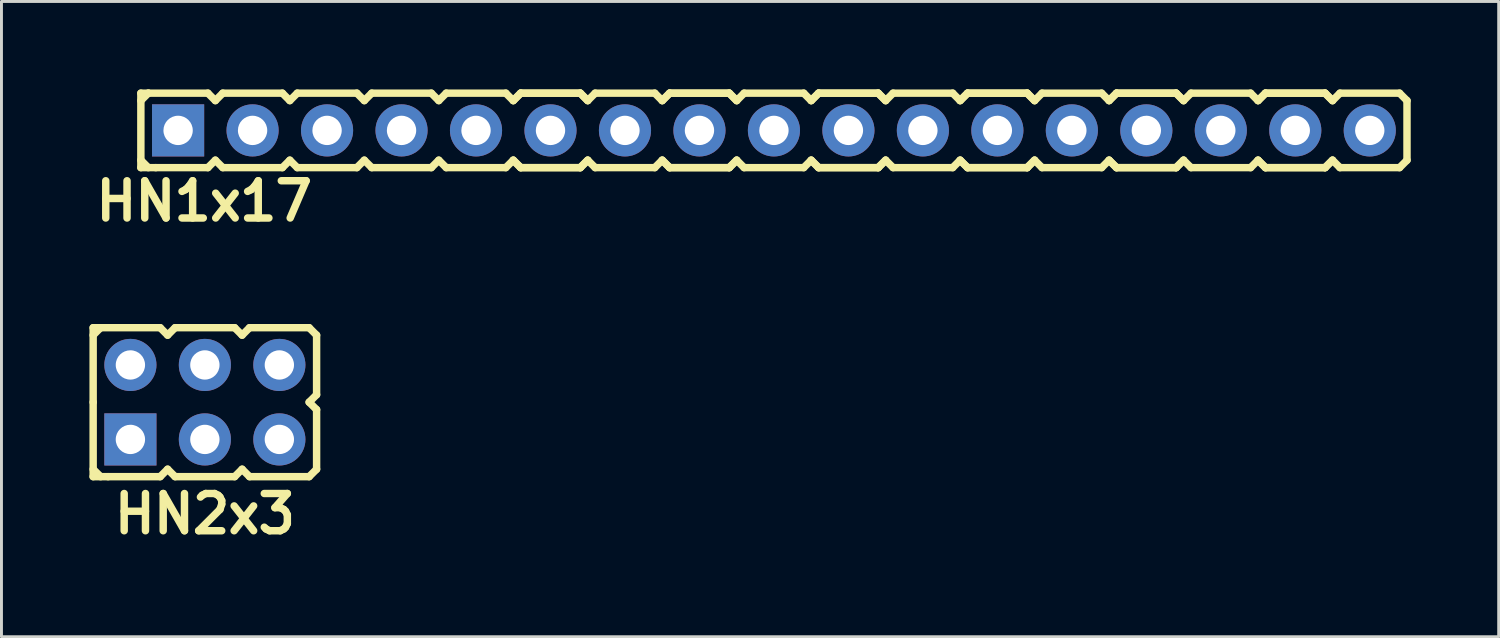
<source format=kicad_pcb>
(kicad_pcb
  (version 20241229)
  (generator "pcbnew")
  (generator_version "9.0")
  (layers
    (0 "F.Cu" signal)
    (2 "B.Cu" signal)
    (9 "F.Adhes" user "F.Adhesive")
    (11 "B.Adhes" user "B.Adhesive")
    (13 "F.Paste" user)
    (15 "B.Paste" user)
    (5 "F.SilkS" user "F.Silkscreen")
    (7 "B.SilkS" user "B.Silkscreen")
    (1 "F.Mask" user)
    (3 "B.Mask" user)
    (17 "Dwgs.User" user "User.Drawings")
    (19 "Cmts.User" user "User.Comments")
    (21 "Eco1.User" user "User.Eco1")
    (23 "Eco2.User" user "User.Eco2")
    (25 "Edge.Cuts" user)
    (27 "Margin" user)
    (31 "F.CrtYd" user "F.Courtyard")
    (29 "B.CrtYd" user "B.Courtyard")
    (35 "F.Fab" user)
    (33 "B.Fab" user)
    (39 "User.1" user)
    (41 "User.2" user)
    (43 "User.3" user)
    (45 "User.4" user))
  (footprint "HN1x17"
    (layer "F.Cu")
    (at 22.074 1.397)
    (property "Reference" "HN1x17" (at -18.161 2.413 0) (layer "F.SilkS") (effects (font (size 1.27 1.27) (thickness 0.254))))
    (attr through_hole)
    (fp_line (start -20.32 -1.27) (end -20.32 1.27) (stroke (width 0.254) (type solid)) (layer "F.SilkS"))
    (fp_line (start -20.32 -1.27) (end -20.066 -1.27) (stroke (width 0.254) (type solid)) (layer "F.SilkS"))
    (fp_line (start -20.32 -1.016) (end -20.066 -1.27) (stroke (width 0.254) (type solid)) (layer "F.SilkS"))
    (fp_line (start -20.066 -1.27) (end -18.034 -1.27) (stroke (width 0.254) (type solid)) (layer "F.SilkS"))
    (fp_line (start -20.066 1.27) (end -20.32 1.016) (stroke (width 0.254) (type solid)) (layer "F.SilkS"))
    (fp_line (start -19.812 1.27) (end -20.32 1.27) (stroke (width 0.254) (type solid)) (layer "F.SilkS"))
    (fp_line (start -18.034 -1.27) (end -17.78 -1.016) (stroke (width 0.254) (type solid)) (layer "F.SilkS"))
    (fp_line (start -18.034 1.27) (end -19.812 1.27) (stroke (width 0.254) (type solid)) (layer "F.SilkS"))
    (fp_line (start -17.78 -1.016) (end -17.526 -1.27) (stroke (width 0.254) (type solid)) (layer "F.SilkS"))
    (fp_line (start -17.78 1.016) (end -18.034 1.27) (stroke (width 0.254) (type solid)) (layer "F.SilkS"))
    (fp_line (start -17.526 -1.27) (end -15.494 -1.27) (stroke (width 0.254) (type solid)) (layer "F.SilkS"))
    (fp_line (start -17.526 1.27) (end -17.78 1.016) (stroke (width 0.254) (type solid)) (layer "F.SilkS"))
    (fp_line (start -15.494 -1.27) (end -15.24 -1.016) (stroke (width 0.254) (type solid)) (layer "F.SilkS"))
    (fp_line (start -15.494 1.27) (end -17.526 1.27) (stroke (width 0.254) (type solid)) (layer "F.SilkS"))
    (fp_line (start -15.494 1.27) (end -15.24 1.016) (stroke (width 0.254) (type solid)) (layer "F.SilkS"))
    (fp_line (start -15.24 -1.016) (end -14.986 -1.27) (stroke (width 0.254) (type solid)) (layer "F.SilkS"))
    (fp_line (start -15.24 1.016) (end -14.986 1.27) (stroke (width 0.254) (type solid)) (layer "F.SilkS"))
    (fp_line (start -14.986 -1.27) (end -12.954 -1.27) (stroke (width 0.254) (type solid)) (layer "F.SilkS"))
    (fp_line (start -12.954 -1.27) (end -12.7 -1.016) (stroke (width 0.254) (type solid)) (layer "F.SilkS"))
    (fp_line (start -12.954 1.27) (end -14.986 1.27) (stroke (width 0.254) (type solid)) (layer "F.SilkS"))
    (fp_line (start -12.7 -1.016) (end -12.446 -1.27) (stroke (width 0.254) (type solid)) (layer "F.SilkS"))
    (fp_line (start -12.7 1.016) (end -12.954 1.27) (stroke (width 0.254) (type solid)) (layer "F.SilkS"))
    (fp_line (start -12.446 -1.27) (end -10.414 -1.27) (stroke (width 0.254) (type solid)) (layer "F.SilkS"))
    (fp_line (start -12.446 1.27) (end -12.7 1.016) (stroke (width 0.254) (type solid)) (layer "F.SilkS"))
    (fp_line (start -10.414 -1.27) (end -10.16 -1.016) (stroke (width 0.254) (type solid)) (layer "F.SilkS"))
    (fp_line (start -10.414 1.27) (end -12.446 1.27) (stroke (width 0.254) (type solid)) (layer "F.SilkS"))
    (fp_line (start -10.16 -1.016) (end -9.906 -1.27) (stroke (width 0.254) (type solid)) (layer "F.SilkS"))
    (fp_line (start -10.16 1.016) (end -10.414 1.27) (stroke (width 0.254) (type solid)) (layer "F.SilkS"))
    (fp_line (start -9.906 -1.27) (end -7.874 -1.27) (stroke (width 0.254) (type solid)) (layer "F.SilkS"))
    (fp_line (start -9.906 1.27) (end -10.16 1.016) (stroke (width 0.254) (type solid)) (layer "F.SilkS"))
    (fp_line (start -7.874 -1.27) (end -7.62 -1.016) (stroke (width 0.254) (type solid)) (layer "F.SilkS"))
    (fp_line (start -7.874 1.27) (end -9.906 1.27) (stroke (width 0.254) (type solid)) (layer "F.SilkS"))
    (fp_line (start -7.62 -1.016) (end -7.366 -1.27) (stroke (width 0.254) (type solid)) (layer "F.SilkS"))
    (fp_line (start -7.62 -1.016) (end -7.366 -1.27) (stroke (width 0.254) (type solid)) (layer "F.SilkS"))
    (fp_line (start -7.62 1.016) (end -7.874 1.27) (stroke (width 0.254) (type solid)) (layer "F.SilkS"))
    (fp_line (start -7.366 -1.27) (end -5.334 -1.27) (stroke (width 0.254) (type solid)) (layer "F.SilkS"))
    (fp_line (start -7.366 -1.27) (end -5.334 -1.27) (stroke (width 0.254) (type solid)) (layer "F.SilkS"))
    (fp_line (start -7.366 1.27) (end -7.62 1.016) (stroke (width 0.254) (type solid)) (layer "F.SilkS"))
    (fp_line (start -7.366 1.27) (end -7.62 1.016) (stroke (width 0.254) (type solid)) (layer "F.SilkS"))
    (fp_line (start -5.334 -1.27) (end -5.08 -1.016) (stroke (width 0.254) (type solid)) (layer "F.SilkS"))
    (fp_line (start -5.334 -1.27) (end -5.08 -1.016) (stroke (width 0.254) (type solid)) (layer "F.SilkS"))
    (fp_line (start -5.334 1.27) (end -7.366 1.27) (stroke (width 0.254) (type solid)) (layer "F.SilkS"))
    (fp_line (start -5.334 1.27) (end -7.366 1.27) (stroke (width 0.254) (type solid)) (layer "F.SilkS"))
    (fp_line (start -5.08 -1.016) (end -4.826 -1.27) (stroke (width 0.254) (type solid)) (layer "F.SilkS"))
    (fp_line (start -5.08 1.016) (end -5.334 1.27) (stroke (width 0.254) (type solid)) (layer "F.SilkS"))
    (fp_line (start -5.08 1.016) (end -5.334 1.27) (stroke (width 0.254) (type solid)) (layer "F.SilkS"))
    (fp_line (start -4.826 -1.27) (end -2.794 -1.27) (stroke (width 0.254) (type solid)) (layer "F.SilkS"))
    (fp_line (start -4.826 1.27) (end -5.08 1.016) (stroke (width 0.254) (type solid)) (layer "F.SilkS"))
    (fp_line (start -2.794 -1.27) (end -2.54 -1.016) (stroke (width 0.254) (type solid)) (layer "F.SilkS"))
    (fp_line (start -2.794 1.27) (end -4.826 1.27) (stroke (width 0.254) (type solid)) (layer "F.SilkS"))
    (fp_line (start -2.54 -1.016) (end -2.286 -1.27) (stroke (width 0.254) (type solid)) (layer "F.SilkS"))
    (fp_line (start -2.54 -1.016) (end -2.286 -1.27) (stroke (width 0.254) (type solid)) (layer "F.SilkS"))
    (fp_line (start -2.54 1.016) (end -2.794 1.27) (stroke (width 0.254) (type solid)) (layer "F.SilkS"))
    (fp_line (start -2.286 -1.27) (end -0.254 -1.27) (stroke (width 0.254) (type solid)) (layer "F.SilkS"))
    (fp_line (start -2.286 -1.27) (end -0.254 -1.27) (stroke (width 0.254) (type solid)) (layer "F.SilkS"))
    (fp_line (start -2.286 1.27) (end -2.54 1.016) (stroke (width 0.254) (type solid)) (layer "F.SilkS"))
    (fp_line (start -2.286 1.27) (end -2.54 1.016) (stroke (width 0.254) (type solid)) (layer "F.SilkS"))
    (fp_line (start -0.254 -1.27) (end 0 -1.016) (stroke (width 0.254) (type solid)) (layer "F.SilkS"))
    (fp_line (start -0.254 -1.27) (end 0 -1.016) (stroke (width 0.254) (type solid)) (layer "F.SilkS"))
    (fp_line (start -0.254 1.27) (end -2.286 1.27) (stroke (width 0.254) (type solid)) (layer "F.SilkS"))
    (fp_line (start -0.254 1.27) (end -2.286 1.27) (stroke (width 0.254) (type solid)) (layer "F.SilkS"))
    (fp_line (start 0 -1.016) (end 0.254 -1.27) (stroke (width 0.254) (type solid)) (layer "F.SilkS"))
    (fp_line (start 0 1.016) (end -0.254 1.27) (stroke (width 0.254) (type solid)) (layer "F.SilkS"))
    (fp_line (start 0 1.016) (end -0.254 1.27) (stroke (width 0.254) (type solid)) (layer "F.SilkS"))
    (fp_line (start 0.254 -1.27) (end 2.286 -1.27) (stroke (width 0.254) (type solid)) (layer "F.SilkS"))
    (fp_line (start 0.254 1.27) (end 0 1.016) (stroke (width 0.254) (type solid)) (layer "F.SilkS"))
    (fp_line (start 2.286 -1.27) (end 2.54 -1.016) (stroke (width 0.254) (type solid)) (layer "F.SilkS"))
    (fp_line (start 2.286 1.27) (end 0.254 1.27) (stroke (width 0.254) (type solid)) (layer "F.SilkS"))
    (fp_line (start 2.54 -1.016) (end 2.794 -1.27) (stroke (width 0.254) (type solid)) (layer "F.SilkS"))
    (fp_line (start 2.54 -1.016) (end 2.794 -1.27) (stroke (width 0.254) (type solid)) (layer "F.SilkS"))
    (fp_line (start 2.54 1.016) (end 2.286 1.27) (stroke (width 0.254) (type solid)) (layer "F.SilkS"))
    (fp_line (start 2.794 -1.27) (end 4.826 -1.27) (stroke (width 0.254) (type solid)) (layer "F.SilkS"))
    (fp_line (start 2.794 -1.27) (end 4.826 -1.27) (stroke (width 0.254) (type solid)) (layer "F.SilkS"))
    (fp_line (start 2.794 1.27) (end 2.54 1.016) (stroke (width 0.254) (type solid)) (layer "F.SilkS"))
    (fp_line (start 2.794 1.27) (end 2.54 1.016) (stroke (width 0.254) (type solid)) (layer "F.SilkS"))
    (fp_line (start 4.826 -1.27) (end 5.08 -1.016) (stroke (width 0.254) (type solid)) (layer "F.SilkS"))
    (fp_line (start 4.826 -1.27) (end 5.08 -1.016) (stroke (width 0.254) (type solid)) (layer "F.SilkS"))
    (fp_line (start 4.826 1.27) (end 2.794 1.27) (stroke (width 0.254) (type solid)) (layer "F.SilkS"))
    (fp_line (start 4.826 1.27) (end 2.794 1.27) (stroke (width 0.254) (type solid)) (layer "F.SilkS"))
    (fp_line (start 5.08 -1.016) (end 5.334 -1.27) (stroke (width 0.254) (type solid)) (layer "F.SilkS"))
    (fp_line (start 5.08 1.016) (end 4.826 1.27) (stroke (width 0.254) (type solid)) (layer "F.SilkS"))
    (fp_line (start 5.08 1.016) (end 4.826 1.27) (stroke (width 0.254) (type solid)) (layer "F.SilkS"))
    (fp_line (start 5.334 -1.27) (end 7.366 -1.27) (stroke (width 0.254) (type solid)) (layer "F.SilkS"))
    (fp_line (start 5.334 1.27) (end 5.08 1.016) (stroke (width 0.254) (type solid)) (layer "F.SilkS"))
    (fp_line (start 7.366 -1.27) (end 7.62 -1.016) (stroke (width 0.254) (type solid)) (layer "F.SilkS"))
    (fp_line (start 7.366 1.27) (end 5.334 1.27) (stroke (width 0.254) (type solid)) (layer "F.SilkS"))
    (fp_line (start 7.62 -1.016) (end 7.874 -1.27) (stroke (width 0.254) (type solid)) (layer "F.SilkS"))
    (fp_line (start 7.62 -1.016) (end 7.874 -1.27) (stroke (width 0.254) (type solid)) (layer "F.SilkS"))
    (fp_line (start 7.62 1.016) (end 7.366 1.27) (stroke (width 0.254) (type solid)) (layer "F.SilkS"))
    (fp_line (start 7.874 -1.27) (end 9.906 -1.27) (stroke (width 0.254) (type solid)) (layer "F.SilkS"))
    (fp_line (start 7.874 -1.27) (end 9.906 -1.27) (stroke (width 0.254) (type solid)) (layer "F.SilkS"))
    (fp_line (start 7.874 1.27) (end 7.62 1.016) (stroke (width 0.254) (type solid)) (layer "F.SilkS"))
    (fp_line (start 7.874 1.27) (end 7.62 1.016) (stroke (width 0.254) (type solid)) (layer "F.SilkS"))
    (fp_line (start 9.906 -1.27) (end 10.16 -1.016) (stroke (width 0.254) (type solid)) (layer "F.SilkS"))
    (fp_line (start 9.906 -1.27) (end 10.16 -1.016) (stroke (width 0.254) (type solid)) (layer "F.SilkS"))
    (fp_line (start 9.906 1.27) (end 7.874 1.27) (stroke (width 0.254) (type solid)) (layer "F.SilkS"))
    (fp_line (start 9.906 1.27) (end 7.874 1.27) (stroke (width 0.254) (type solid)) (layer "F.SilkS"))
    (fp_line (start 10.16 -1.016) (end 10.414 -1.27) (stroke (width 0.254) (type solid)) (layer "F.SilkS"))
    (fp_line (start 10.16 1.016) (end 9.906 1.27) (stroke (width 0.254) (type solid)) (layer "F.SilkS"))
    (fp_line (start 10.16 1.016) (end 9.906 1.27) (stroke (width 0.254) (type solid)) (layer "F.SilkS"))
    (fp_line (start 10.414 -1.27) (end 12.446 -1.27) (stroke (width 0.254) (type solid)) (layer "F.SilkS"))
    (fp_line (start 10.414 1.27) (end 10.16 1.016) (stroke (width 0.254) (type solid)) (layer "F.SilkS"))
    (fp_line (start 12.446 -1.27) (end 12.7 -1.016) (stroke (width 0.254) (type solid)) (layer "F.SilkS"))
    (fp_line (start 12.446 1.27) (end 10.414 1.27) (stroke (width 0.254) (type solid)) (layer "F.SilkS"))
    (fp_line (start 12.7 -1.016) (end 12.954 -1.27) (stroke (width 0.254) (type solid)) (layer "F.SilkS"))
    (fp_line (start 12.7 -1.016) (end 12.954 -1.27) (stroke (width 0.254) (type solid)) (layer "F.SilkS"))
    (fp_line (start 12.7 1.016) (end 12.446 1.27) (stroke (width 0.254) (type solid)) (layer "F.SilkS"))
    (fp_line (start 12.954 -1.27) (end 14.986 -1.27) (stroke (width 0.254) (type solid)) (layer "F.SilkS"))
    (fp_line (start 12.954 -1.27) (end 14.986 -1.27) (stroke (width 0.254) (type solid)) (layer "F.SilkS"))
    (fp_line (start 12.954 1.27) (end 12.7 1.016) (stroke (width 0.254) (type solid)) (layer "F.SilkS"))
    (fp_line (start 12.954 1.27) (end 12.7 1.016) (stroke (width 0.254) (type solid)) (layer "F.SilkS"))
    (fp_line (start 14.986 -1.27) (end 15.24 -1.016) (stroke (width 0.254) (type solid)) (layer "F.SilkS"))
    (fp_line (start 14.986 -1.27) (end 15.24 -1.016) (stroke (width 0.254) (type solid)) (layer "F.SilkS"))
    (fp_line (start 14.986 1.27) (end 12.954 1.27) (stroke (width 0.254) (type solid)) (layer "F.SilkS"))
    (fp_line (start 14.986 1.27) (end 12.954 1.27) (stroke (width 0.254) (type solid)) (layer "F.SilkS"))
    (fp_line (start 15.24 -1.016) (end 15.494 -1.27) (stroke (width 0.254) (type solid)) (layer "F.SilkS"))
    (fp_line (start 15.24 1.016) (end 14.986 1.27) (stroke (width 0.254) (type solid)) (layer "F.SilkS"))
    (fp_line (start 15.24 1.016) (end 14.986 1.27) (stroke (width 0.254) (type solid)) (layer "F.SilkS"))
    (fp_line (start 15.494 -1.27) (end 17.526 -1.27) (stroke (width 0.254) (type solid)) (layer "F.SilkS"))
    (fp_line (start 15.494 1.27) (end 15.24 1.016) (stroke (width 0.254) (type solid)) (layer "F.SilkS"))
    (fp_line (start 17.526 -1.27) (end 17.78 -1.016) (stroke (width 0.254) (type solid)) (layer "F.SilkS"))
    (fp_line (start 17.526 1.27) (end 15.494 1.27) (stroke (width 0.254) (type solid)) (layer "F.SilkS"))
    (fp_line (start 17.78 -1.016) (end 18.034 -1.27) (stroke (width 0.254) (type solid)) (layer "F.SilkS"))
    (fp_line (start 17.78 -1.016) (end 18.034 -1.27) (stroke (width 0.254) (type solid)) (layer "F.SilkS"))
    (fp_line (start 17.78 1.016) (end 17.526 1.27) (stroke (width 0.254) (type solid)) (layer "F.SilkS"))
    (fp_line (start 18.034 -1.27) (end 20.066 -1.27) (stroke (width 0.254) (type solid)) (layer "F.SilkS"))
    (fp_line (start 18.034 -1.27) (end 20.066 -1.27) (stroke (width 0.254) (type solid)) (layer "F.SilkS"))
    (fp_line (start 18.034 1.27) (end 17.78 1.016) (stroke (width 0.254) (type solid)) (layer "F.SilkS"))
    (fp_line (start 18.034 1.27) (end 17.78 1.016) (stroke (width 0.254) (type solid)) (layer "F.SilkS"))
    (fp_line (start 20.066 -1.27) (end 20.32 -1.016) (stroke (width 0.254) (type solid)) (layer "F.SilkS"))
    (fp_line (start 20.066 -1.27) (end 20.32 -1.016) (stroke (width 0.254) (type solid)) (layer "F.SilkS"))
    (fp_line (start 20.066 1.27) (end 18.034 1.27) (stroke (width 0.254) (type solid)) (layer "F.SilkS"))
    (fp_line (start 20.066 1.27) (end 18.034 1.27) (stroke (width 0.254) (type solid)) (layer "F.SilkS"))
    (fp_line (start 20.32 -1.016) (end 20.574 -1.27) (stroke (width 0.254) (type solid)) (layer "F.SilkS"))
    (fp_line (start 20.32 1.016) (end 20.066 1.27) (stroke (width 0.254) (type solid)) (layer "F.SilkS"))
    (fp_line (start 20.32 1.016) (end 20.066 1.27) (stroke (width 0.254) (type solid)) (layer "F.SilkS"))
    (fp_line (start 20.574 -1.27) (end 22.606 -1.27) (stroke (width 0.254) (type solid)) (layer "F.SilkS"))
    (fp_line (start 20.574 1.27) (end 20.32 1.016) (stroke (width 0.254) (type solid)) (layer "F.SilkS"))
    (fp_line (start 22.606 -1.27) (end 22.86 -1.016) (stroke (width 0.254) (type solid)) (layer "F.SilkS"))
    (fp_line (start 22.606 1.27) (end 20.574 1.27) (stroke (width 0.254) (type solid)) (layer "F.SilkS"))
    (fp_line (start 22.86 -1.016) (end 22.86 1.016) (stroke (width 0.254) (type solid)) (layer "F.SilkS"))
    (fp_line (start 22.86 1.016) (end 22.606 1.27) (stroke (width 0.254) (type solid)) (layer "F.SilkS"))
    (pad "1" thru_hole rect (at -19.05 0) (size 1.778 1.778) (drill 1) (layers "*.Cu" "*.Mask"))
    (pad "2" thru_hole circle (at -16.51 0) (size 1.778 1.778) (drill 1) (layers "*.Cu" "*.Mask"))
    (pad "3" thru_hole circle (at -13.97 0) (size 1.778 1.778) (drill 1) (layers "*.Cu" "*.Mask"))
    (pad "4" thru_hole circle (at -11.43 0) (size 1.778 1.778) (drill 1) (layers "*.Cu" "*.Mask"))
    (pad "5" thru_hole circle (at -8.89 0) (size 1.778 1.778) (drill 1) (layers "*.Cu" "*.Mask"))
    (pad "6" thru_hole circle (at -6.35 0) (size 1.778 1.778) (drill 1) (layers "*.Cu" "*.Mask"))
    (pad "7" thru_hole circle (at -3.81 0) (size 1.778 1.778) (drill 1) (layers "*.Cu" "*.Mask"))
    (pad "8" thru_hole circle (at -1.27 0) (size 1.778 1.778) (drill 1) (layers "*.Cu" "*.Mask"))
    (pad "9" thru_hole circle (at 1.27 0) (size 1.778 1.778) (drill 1) (layers "*.Cu" "*.Mask"))
    (pad "10" thru_hole circle (at 3.81 0) (size 1.778 1.778) (drill 1) (layers "*.Cu" "*.Mask"))
    (pad "11" thru_hole circle (at 6.35 0) (size 1.778 1.778) (drill 1) (layers "*.Cu" "*.Mask"))
    (pad "12" thru_hole circle (at 8.89 0) (size 1.778 1.778) (drill 1) (layers "*.Cu" "*.Mask"))
    (pad "13" thru_hole circle (at 11.43 0) (size 1.778 1.778) (drill 1) (layers "*.Cu" "*.Mask"))
    (pad "14" thru_hole circle (at 13.97 0) (size 1.778 1.778) (drill 1) (layers "*.Cu" "*.Mask"))
    (pad "15" thru_hole circle (at 16.51 0) (size 1.778 1.778) (drill 1) (layers "*.Cu" "*.Mask"))
    (pad "16" thru_hole circle (at 19.05 0) (size 1.778 1.778) (drill 1) (layers "*.Cu" "*.Mask"))
    (pad "17" thru_hole circle (at 21.59 0) (size 1.778 1.778) (drill 1) (layers "*.Cu" "*.Mask")))
  (footprint "HN2x3"
    (layer "F.Cu")
    (at 3.937 10.666)
    (property "Reference" "HN2x3" (at 0 3.81 0) (layer "F.SilkS") (effects (font (size 1.27 1.27) (thickness 0.254))))
    (attr through_hole)
    (fp_line (start -3.81 -2.54) (end -3.81 0) (stroke (width 0.254) (type solid)) (layer "F.SilkS"))
    (fp_line (start -3.81 -2.54) (end -3.556 -2.54) (stroke (width 0.254) (type solid)) (layer "F.SilkS"))
    (fp_line (start -3.81 -2.286) (end -3.556 -2.54) (stroke (width 0.254) (type solid)) (layer "F.SilkS"))
    (fp_line (start -3.81 0) (end -3.81 2.54) (stroke (width 0.254) (type solid)) (layer "F.SilkS"))
    (fp_line (start -3.556 -2.54) (end -1.524 -2.54) (stroke (width 0.254) (type solid)) (layer "F.SilkS"))
    (fp_line (start -3.556 2.54) (end -3.81 2.286) (stroke (width 0.254) (type solid)) (layer "F.SilkS"))
    (fp_line (start -3.302 2.54) (end -3.81 2.54) (stroke (width 0.254) (type solid)) (layer "F.SilkS"))
    (fp_line (start -1.524 -2.54) (end -1.27 -2.286) (stroke (width 0.254) (type solid)) (layer "F.SilkS"))
    (fp_line (start -1.524 2.54) (end -3.302 2.54) (stroke (width 0.254) (type solid)) (layer "F.SilkS"))
    (fp_line (start -1.27 -2.286) (end -1.016 -2.54) (stroke (width 0.254) (type solid)) (layer "F.SilkS"))
    (fp_line (start -1.27 2.286) (end -1.524 2.54) (stroke (width 0.254) (type solid)) (layer "F.SilkS"))
    (fp_line (start -1.016 -2.54) (end 1.016 -2.54) (stroke (width 0.254) (type solid)) (layer "F.SilkS"))
    (fp_line (start -1.016 2.54) (end -1.27 2.286) (stroke (width 0.254) (type solid)) (layer "F.SilkS"))
    (fp_line (start 1.016 -2.54) (end 1.27 -2.286) (stroke (width 0.254) (type solid)) (layer "F.SilkS"))
    (fp_line (start 1.016 2.54) (end -1.016 2.54) (stroke (width 0.254) (type solid)) (layer "F.SilkS"))
    (fp_line (start 1.016 2.54) (end 1.27 2.286) (stroke (width 0.254) (type solid)) (layer "F.SilkS"))
    (fp_line (start 1.27 -2.286) (end 1.524 -2.54) (stroke (width 0.254) (type solid)) (layer "F.SilkS"))
    (fp_line (start 1.27 2.286) (end 1.524 2.54) (stroke (width 0.254) (type solid)) (layer "F.SilkS"))
    (fp_line (start 1.524 -2.54) (end 3.556 -2.54) (stroke (width 0.254) (type solid)) (layer "F.SilkS"))
    (fp_line (start 3.556 -2.54) (end 3.81 -2.286) (stroke (width 0.254) (type solid)) (layer "F.SilkS"))
    (fp_line (start 3.556 0) (end 3.81 0.254) (stroke (width 0.254) (type solid)) (layer "F.SilkS"))
    (fp_line (start 3.556 2.54) (end 1.524 2.54) (stroke (width 0.254) (type solid)) (layer "F.SilkS"))
    (fp_line (start 3.81 -2.286) (end 3.81 -0.254) (stroke (width 0.254) (type solid)) (layer "F.SilkS"))
    (fp_line (start 3.81 -0.254) (end 3.556 0) (stroke (width 0.254) (type solid)) (layer "F.SilkS"))
    (fp_line (start 3.81 0.254) (end 3.81 2.286) (stroke (width 0.254) (type solid)) (layer "F.SilkS"))
    (fp_line (start 3.81 2.286) (end 3.556 2.54) (stroke (width 0.254) (type solid)) (layer "F.SilkS"))
    (pad "1" thru_hole rect (at -2.54 1.27) (size 1.778 1.778) (drill 1) (layers "*.Cu" "*.Mask"))
    (pad "2" thru_hole oval (at -2.54 -1.27) (size 1.778 1.778) (drill 1) (layers "*.Cu" "*.Mask"))
    (pad "3" thru_hole circle (at 0 1.27) (size 1.778 1.778) (drill 1) (layers "*.Cu" "*.Mask"))
    (pad "4" thru_hole circle (at 0 -1.27) (size 1.778 1.778) (drill 1) (layers "*.Cu" "*.Mask"))
    (pad "5" thru_hole circle (at 2.54 1.27) (size 1.778 1.778) (drill 1) (layers "*.Cu" "*.Mask"))
    (pad "6" thru_hole circle (at 2.54 -1.27) (size 1.778 1.778) (drill 1) (layers "*.Cu" "*.Mask")))
  (gr_rect
    (start -3 -3)
    (end 48.061 18.664)
    (stroke (width 0.1) (type default))
    (fill no)
    (layer "Edge.Cuts")))
</source>
